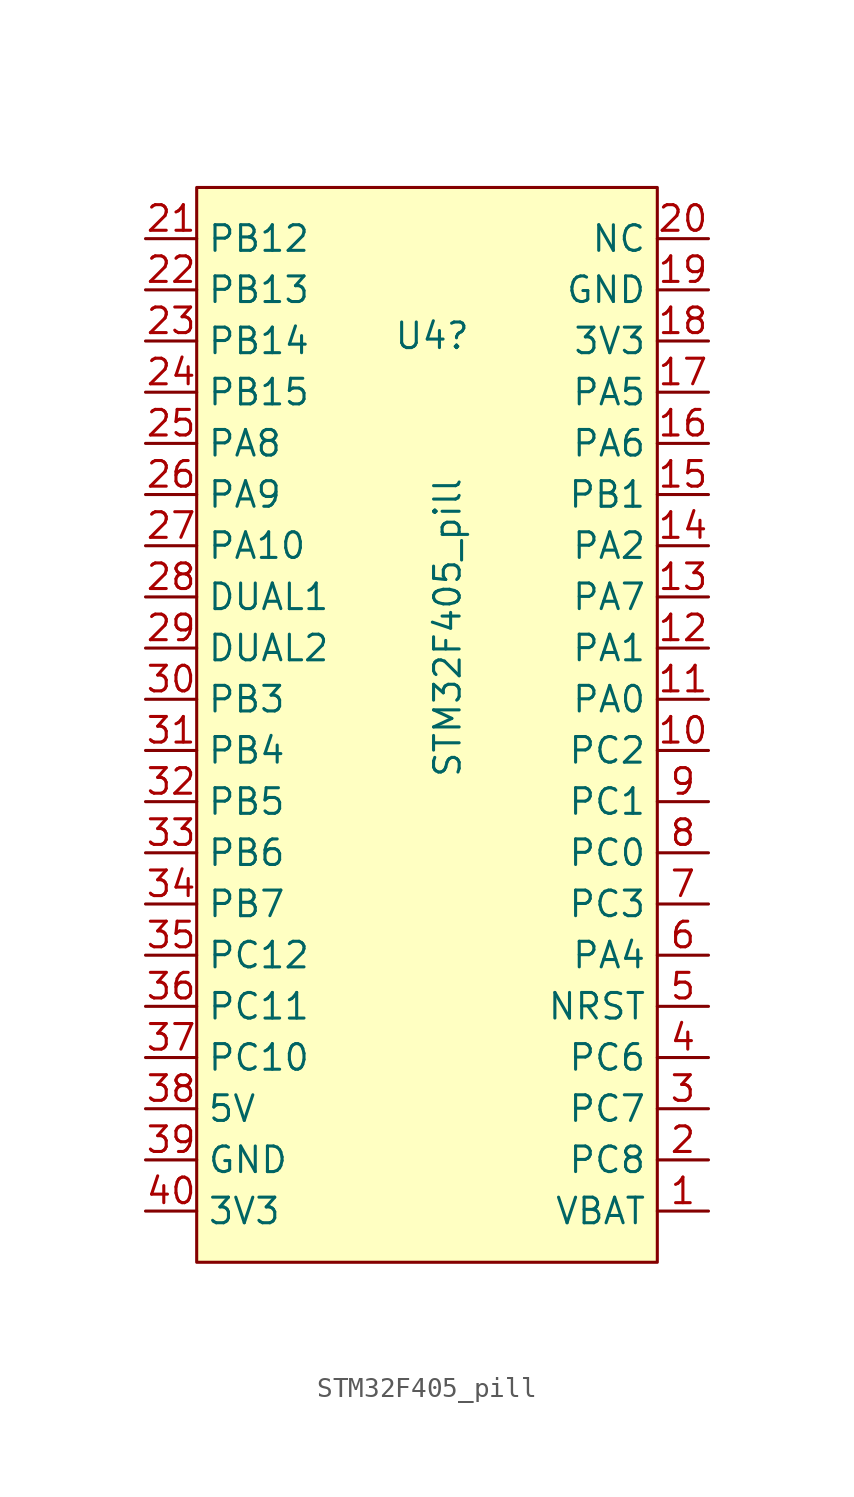
<source format=kicad_sym>
(kicad_symbol_lib
  (version 20211014)
  (generator kicad_symbol_editor)
  (symbol "STM32F405_pill"
    (property "Reference" "U4"
      (at 11.684 -7.366 0)
      (effects (font (size 1.27 1.27))))
    (property "Value" "STM32F405_pill"
      (at 12.446 -21.844 90)
      (effects (font (size 1.27 1.27))))
    (symbol "STM32F405_pill_0_1"
      (rectangle (start 0 0) (end 22.86 -53.34) (stroke (width 0) (type default) (color 0 0 0 0)) (fill (type background))))
    (symbol "STM32F405_pill_1_1"
      (pin bidirectional line (at 25.4 -50.8 180) (length 2.54) (name "VBAT" (effects (font (size 1.27 1.27)))) (number "1" (effects (font (size 1.27 1.27)))))
      (pin bidirectional line (at 25.4 -27.94 180) (length 2.54) (name "PC2" (effects (font (size 1.27 1.27)))) (number "10" (effects (font (size 1.27 1.27)))))
      (pin bidirectional line (at 25.4 -25.4 180) (length 2.54) (name "PA0" (effects (font (size 1.27 1.27)))) (number "11" (effects (font (size 1.27 1.27)))))
      (pin bidirectional line (at 25.4 -22.86 180) (length 2.54) (name "PA1" (effects (font (size 1.27 1.27)))) (number "12" (effects (font (size 1.27 1.27)))))
      (pin bidirectional line (at 25.4 -20.32 180) (length 2.54) (name "PA7" (effects (font (size 1.27 1.27)))) (number "13" (effects (font (size 1.27 1.27)))))
      (pin bidirectional line (at 25.4 -17.78 180) (length 2.54) (name "PA2" (effects (font (size 1.27 1.27)))) (number "14" (effects (font (size 1.27 1.27)))))
      (pin bidirectional line (at 25.4 -15.24 180) (length 2.54) (name "PB1" (effects (font (size 1.27 1.27)))) (number "15" (effects (font (size 1.27 1.27)))))
      (pin bidirectional line (at 25.4 -12.7 180) (length 2.54) (name "PA6" (effects (font (size 1.27 1.27)))) (number "16" (effects (font (size 1.27 1.27)))))
      (pin bidirectional line (at 25.4 -10.16 180) (length 2.54) (name "PA5" (effects (font (size 1.27 1.27)))) (number "17" (effects (font (size 1.27 1.27)))))
      (pin bidirectional line (at 25.4 -7.62 180) (length 2.54) (name "3V3" (effects (font (size 1.27 1.27)))) (number "18" (effects (font (size 1.27 1.27)))))
      (pin bidirectional line (at 25.4 -5.08 180) (length 2.54) (name "GND" (effects (font (size 1.27 1.27)))) (number "19" (effects (font (size 1.27 1.27)))))
      (pin bidirectional line (at 25.4 -48.26 180) (length 2.54) (name "PC8" (effects (font (size 1.27 1.27)))) (number "2" (effects (font (size 1.27 1.27)))))
      (pin bidirectional line (at 25.4 -2.54 180) (length 2.54) (name "NC" (effects (font (size 1.27 1.27)))) (number "20" (effects (font (size 1.27 1.27)))))
      (pin bidirectional line (at -2.54 -2.54 0) (length 2.54) (name "PB12" (effects (font (size 1.27 1.27)))) (number "21" (effects (font (size 1.27 1.27)))))
      (pin bidirectional line (at -2.54 -5.08 0) (length 2.54) (name "PB13" (effects (font (size 1.27 1.27)))) (number "22" (effects (font (size 1.27 1.27)))))
      (pin bidirectional line (at -2.54 -7.62 0) (length 2.54) (name "PB14" (effects (font (size 1.27 1.27)))) (number "23" (effects (font (size 1.27 1.27)))))
      (pin bidirectional line (at -2.54 -10.16 0) (length 2.54) (name "PB15" (effects (font (size 1.27 1.27)))) (number "24" (effects (font (size 1.27 1.27)))))
      (pin bidirectional line (at -2.54 -12.7 0) (length 2.54) (name "PA8" (effects (font (size 1.27 1.27)))) (number "25" (effects (font (size 1.27 1.27)))))
      (pin bidirectional line (at -2.54 -15.24 0) (length 2.54) (name "PA9" (effects (font (size 1.27 1.27)))) (number "26" (effects (font (size 1.27 1.27)))))
      (pin bidirectional line (at -2.54 -17.78 0) (length 2.54) (name "PA10" (effects (font (size 1.27 1.27)))) (number "27" (effects (font (size 1.27 1.27)))))
      (pin bidirectional line (at -2.54 -20.32 0) (length 2.54) (name "DUAL1" (effects (font (size 1.27 1.27)))) (number "28" (effects (font (size 1.27 1.27)))))
      (pin bidirectional line (at -2.54 -22.86 0) (length 2.54) (name "DUAL2" (effects (font (size 1.27 1.27)))) (number "29" (effects (font (size 1.27 1.27)))))
      (pin bidirectional line (at 25.4 -45.72 180) (length 2.54) (name "PC7" (effects (font (size 1.27 1.27)))) (number "3" (effects (font (size 1.27 1.27)))))
      (pin bidirectional line (at -2.54 -25.4 0) (length 2.54) (name "PB3" (effects (font (size 1.27 1.27)))) (number "30" (effects (font (size 1.27 1.27)))))
      (pin bidirectional line (at -2.54 -27.94 0) (length 2.54) (name "PB4" (effects (font (size 1.27 1.27)))) (number "31" (effects (font (size 1.27 1.27)))))
      (pin bidirectional line (at -2.54 -30.48 0) (length 2.54) (name "PB5" (effects (font (size 1.27 1.27)))) (number "32" (effects (font (size 1.27 1.27)))))
      (pin bidirectional line (at -2.54 -33.02 0) (length 2.54) (name "PB6" (effects (font (size 1.27 1.27)))) (number "33" (effects (font (size 1.27 1.27)))))
      (pin bidirectional line (at -2.54 -35.56 0) (length 2.54) (name "PB7" (effects (font (size 1.27 1.27)))) (number "34" (effects (font (size 1.27 1.27)))))
      (pin bidirectional line (at -2.54 -38.1 0) (length 2.54) (name "PC12" (effects (font (size 1.27 1.27)))) (number "35" (effects (font (size 1.27 1.27)))))
      (pin bidirectional line (at -2.54 -40.64 0) (length 2.54) (name "PC11" (effects (font (size 1.27 1.27)))) (number "36" (effects (font (size 1.27 1.27)))))
      (pin bidirectional line (at -2.54 -43.18 0) (length 2.54) (name "PC10" (effects (font (size 1.27 1.27)))) (number "37" (effects (font (size 1.27 1.27)))))
      (pin bidirectional line (at -2.54 -45.72 0) (length 2.54) (name "5V" (effects (font (size 1.27 1.27)))) (number "38" (effects (font (size 1.27 1.27)))))
      (pin bidirectional line (at -2.54 -48.26 0) (length 2.54) (name "GND" (effects (font (size 1.27 1.27)))) (number "39" (effects (font (size 1.27 1.27)))))
      (pin bidirectional line (at 25.4 -43.18 180) (length 2.54) (name "PC6" (effects (font (size 1.27 1.27)))) (number "4" (effects (font (size 1.27 1.27)))))
      (pin bidirectional line (at -2.54 -50.8 0) (length 2.54) (name "3V3" (effects (font (size 1.27 1.27)))) (number "40" (effects (font (size 1.27 1.27)))))
      (pin bidirectional line (at 25.4 -40.64 180) (length 2.54) (name "NRST" (effects (font (size 1.27 1.27)))) (number "5" (effects (font (size 1.27 1.27)))))
      (pin bidirectional line (at 25.4 -38.1 180) (length 2.54) (name "PA4" (effects (font (size 1.27 1.27)))) (number "6" (effects (font (size 1.27 1.27)))))
      (pin bidirectional line (at 25.4 -35.56 180) (length 2.54) (name "PC3" (effects (font (size 1.27 1.27)))) (number "7" (effects (font (size 1.27 1.27)))))
      (pin bidirectional line (at 25.4 -33.02 180) (length 2.54) (name "PC0" (effects (font (size 1.27 1.27)))) (number "8" (effects (font (size 1.27 1.27)))))
      (pin bidirectional line (at 25.4 -30.48 180) (length 2.54) (name "PC1" (effects (font (size 1.27 1.27)))) (number "9" (effects (font (size 1.27 1.27))))))))
</source>
